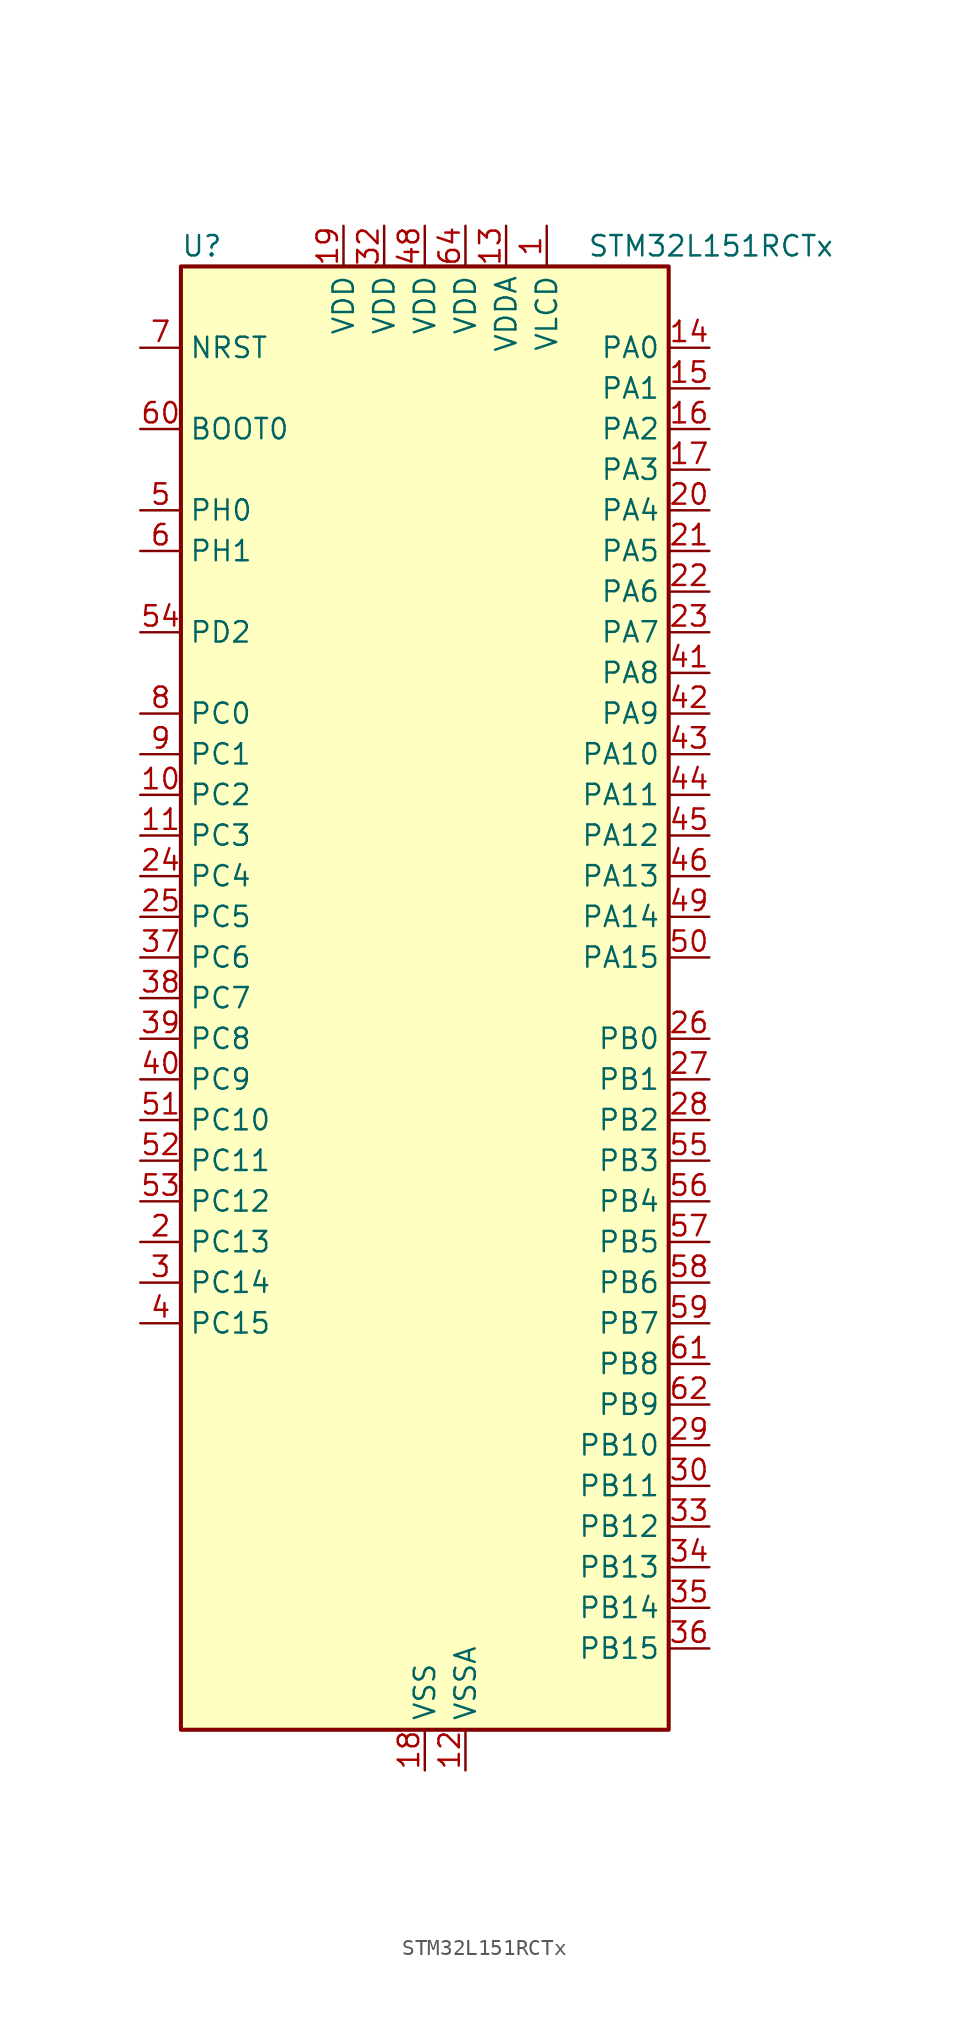
<source format=kicad_sym>
(kicad_symbol_lib
  (version 20241209)
  (generator "kicad_symbol_editor")
  (generator_version "9.0")
  (symbol "STM32L151RCTx"
    (property "Reference" "U"
      (at -15.24 46.99 0)
      (effects (font (size 1.27 1.27)) (justify left)))
    (property "Value" "STM32L151RCTx"
      (at 10.16 46.99 0)
      (effects (font (size 1.27 1.27)) (justify left)))
    (symbol "STM32L151RCTx_0_1"
      (rectangle (start -15.24 -45.72) (end 15.24 45.72) (stroke (width 0.254) (type default)) (fill (type background))))
    (symbol "STM32L151RCTx_1_1"
      (pin input line (at -17.78 40.64 0) (length 2.54) (name "NRST" (effects (font (size 1.27 1.27)))) (number "7" (effects (font (size 1.27 1.27)))))
      (pin input line (at -17.78 35.56 0) (length 2.54) (name "BOOT0" (effects (font (size 1.27 1.27)))) (number "60" (effects (font (size 1.27 1.27)))))
      (pin bidirectional line (at -17.78 30.48 0) (length 2.54) (name "PH0" (effects (font (size 1.27 1.27)))) (number "5" (effects (font (size 1.27 1.27)))) (alternate "RCC_OSC_IN" bidirectional line))
      (pin bidirectional line (at -17.78 27.94 0) (length 2.54) (name "PH1" (effects (font (size 1.27 1.27)))) (number "6" (effects (font (size 1.27 1.27)))) (alternate "RCC_OSC_OUT" bidirectional line))
      (pin bidirectional line (at -17.78 22.86 0) (length 2.54) (name "PD2" (effects (font (size 1.27 1.27)))) (number "54" (effects (font (size 1.27 1.27)))) (alternate "TIM3_ETR" bidirectional line) (alternate "TIMX_IC3" bidirectional line))
      (pin bidirectional line (at -17.78 17.78 0) (length 2.54) (name "PC0" (effects (font (size 1.27 1.27)))) (number "8" (effects (font (size 1.27 1.27)))) (alternate "ADC_IN10" bidirectional line) (alternate "COMP1_INP" bidirectional line) (alternate "TIMX_IC1" bidirectional line) (alternate "TS_G8_IO1" bidirectional line))
      (pin bidirectional line (at -17.78 15.24 0) (length 2.54) (name "PC1" (effects (font (size 1.27 1.27)))) (number "9" (effects (font (size 1.27 1.27)))) (alternate "ADC_IN11" bidirectional line) (alternate "COMP1_INP" bidirectional line) (alternate "TIMX_IC2" bidirectional line) (alternate "TS_G8_IO2" bidirectional line))
      (pin bidirectional line (at -17.78 12.7 0) (length 2.54) (name "PC2" (effects (font (size 1.27 1.27)))) (number "10" (effects (font (size 1.27 1.27)))) (alternate "ADC_IN12" bidirectional line) (alternate "COMP1_INP" bidirectional line) (alternate "TIMX_IC3" bidirectional line) (alternate "TS_G8_IO3" bidirectional line))
      (pin bidirectional line (at -17.78 10.16 0) (length 2.54) (name "PC3" (effects (font (size 1.27 1.27)))) (number "11" (effects (font (size 1.27 1.27)))) (alternate "ADC_IN13" bidirectional line) (alternate "COMP1_INP" bidirectional line) (alternate "TIMX_IC4" bidirectional line) (alternate "TS_G8_IO4" bidirectional line))
      (pin bidirectional line (at -17.78 7.62 0) (length 2.54) (name "PC4" (effects (font (size 1.27 1.27)))) (number "24" (effects (font (size 1.27 1.27)))) (alternate "ADC_IN14" bidirectional line) (alternate "COMP1_INP" bidirectional line) (alternate "TIMX_IC1" bidirectional line) (alternate "TS_G9_IO1" bidirectional line))
      (pin bidirectional line (at -17.78 5.08 0) (length 2.54) (name "PC5" (effects (font (size 1.27 1.27)))) (number "25" (effects (font (size 1.27 1.27)))) (alternate "ADC_IN15" bidirectional line) (alternate "COMP1_INP" bidirectional line) (alternate "TIMX_IC2" bidirectional line) (alternate "TS_G9_IO2" bidirectional line))
      (pin bidirectional line (at -17.78 2.54 0) (length 2.54) (name "PC6" (effects (font (size 1.27 1.27)))) (number "37" (effects (font (size 1.27 1.27)))) (alternate "I2S2_MCK" bidirectional line) (alternate "TIM3_CH1" bidirectional line) (alternate "TIMX_IC3" bidirectional line) (alternate "TS_G10_IO1" bidirectional line))
      (pin bidirectional line (at -17.78 0 0) (length 2.54) (name "PC7" (effects (font (size 1.27 1.27)))) (number "38" (effects (font (size 1.27 1.27)))) (alternate "I2S3_MCK" bidirectional line) (alternate "TIM3_CH2" bidirectional line) (alternate "TIMX_IC4" bidirectional line) (alternate "TS_G10_IO2" bidirectional line))
      (pin bidirectional line (at -17.78 -2.54 0) (length 2.54) (name "PC8" (effects (font (size 1.27 1.27)))) (number "39" (effects (font (size 1.27 1.27)))) (alternate "TIM3_CH3" bidirectional line) (alternate "TIMX_IC1" bidirectional line) (alternate "TS_G10_IO3" bidirectional line))
      (pin bidirectional line (at -17.78 -5.08 0) (length 2.54) (name "PC9" (effects (font (size 1.27 1.27)))) (number "40" (effects (font (size 1.27 1.27)))) (alternate "DAC_EXTI9" bidirectional line) (alternate "TIM3_CH4" bidirectional line) (alternate "TIMX_IC2" bidirectional line) (alternate "TS_G10_IO4" bidirectional line))
      (pin bidirectional line (at -17.78 -7.62 0) (length 2.54) (name "PC10" (effects (font (size 1.27 1.27)))) (number "51" (effects (font (size 1.27 1.27)))) (alternate "I2S3_CK" bidirectional line) (alternate "SPI3_SCK" bidirectional line) (alternate "TIMX_IC3" bidirectional line) (alternate "USART3_TX" bidirectional line))
      (pin bidirectional line (at -17.78 -10.16 0) (length 2.54) (name "PC11" (effects (font (size 1.27 1.27)))) (number "52" (effects (font (size 1.27 1.27)))) (alternate "ADC_EXTI11" bidirectional line) (alternate "SPI3_MISO" bidirectional line) (alternate "TIMX_IC4" bidirectional line) (alternate "USART3_RX" bidirectional line))
      (pin bidirectional line (at -17.78 -12.7 0) (length 2.54) (name "PC12" (effects (font (size 1.27 1.27)))) (number "53" (effects (font (size 1.27 1.27)))) (alternate "I2S3_SD" bidirectional line) (alternate "SPI3_MOSI" bidirectional line) (alternate "TIMX_IC1" bidirectional line) (alternate "USART3_CK" bidirectional line))
      (pin bidirectional line (at -17.78 -15.24 0) (length 2.54) (name "PC13" (effects (font (size 1.27 1.27)))) (number "2" (effects (font (size 1.27 1.27)))) (alternate "RTC_OUT_ALARM" bidirectional line) (alternate "RTC_OUT_CALIB" bidirectional line) (alternate "RTC_TAMP1" bidirectional line) (alternate "RTC_TS" bidirectional line) (alternate "SYS_WKUP2" bidirectional line) (alternate "TIMX_IC2" bidirectional line))
      (pin bidirectional line (at -17.78 -17.78 0) (length 2.54) (name "PC14" (effects (font (size 1.27 1.27)))) (number "3" (effects (font (size 1.27 1.27)))) (alternate "RCC_OSC32_IN" bidirectional line) (alternate "TIMX_IC3" bidirectional line))
      (pin bidirectional line (at -17.78 -20.32 0) (length 2.54) (name "PC15" (effects (font (size 1.27 1.27)))) (number "4" (effects (font (size 1.27 1.27)))) (alternate "ADC_EXTI15" bidirectional line) (alternate "RCC_OSC32_OUT" bidirectional line) (alternate "TIMX_IC4" bidirectional line))
      (pin power_in line (at -5.08 48.26 270) (length 2.54) (name "VDD" (effects (font (size 1.27 1.27)))) (number "19" (effects (font (size 1.27 1.27)))))
      (pin power_in line (at -2.54 48.26 270) (length 2.54) (name "VDD" (effects (font (size 1.27 1.27)))) (number "32" (effects (font (size 1.27 1.27)))))
      (pin power_in line (at 0 48.26 270) (length 2.54) (name "VDD" (effects (font (size 1.27 1.27)))) (number "48" (effects (font (size 1.27 1.27)))))
      (pin power_in line (at 0 -48.26 90) (length 2.54) (name "VSS" (effects (font (size 1.27 1.27)))) (number "18" (effects (font (size 1.27 1.27)))))
      (pin passive line (at 0 -48.26 90) (length 2.54) (hide yes) (name "VSS" (effects (font (size 1.27 1.27)))) (number "31" (effects (font (size 1.27 1.27)))))
      (pin passive line (at 0 -48.26 90) (length 2.54) (hide yes) (name "VSS" (effects (font (size 1.27 1.27)))) (number "47" (effects (font (size 1.27 1.27)))))
      (pin passive line (at 0 -48.26 90) (length 2.54) (hide yes) (name "VSS" (effects (font (size 1.27 1.27)))) (number "63" (effects (font (size 1.27 1.27)))))
      (pin power_in line (at 2.54 48.26 270) (length 2.54) (name "VDD" (effects (font (size 1.27 1.27)))) (number "64" (effects (font (size 1.27 1.27)))))
      (pin power_in line (at 2.54 -48.26 90) (length 2.54) (name "VSSA" (effects (font (size 1.27 1.27)))) (number "12" (effects (font (size 1.27 1.27)))))
      (pin power_in line (at 5.08 48.26 270) (length 2.54) (name "VDDA" (effects (font (size 1.27 1.27)))) (number "13" (effects (font (size 1.27 1.27)))))
      (pin power_in line (at 7.62 48.26 270) (length 2.54) (name "VLCD" (effects (font (size 1.27 1.27)))) (number "1" (effects (font (size 1.27 1.27)))))
      (pin bidirectional line (at 17.78 40.64 180) (length 2.54) (name "PA0" (effects (font (size 1.27 1.27)))) (number "14" (effects (font (size 1.27 1.27)))) (alternate "ADC_IN0" bidirectional line) (alternate "COMP1_INP" bidirectional line) (alternate "RTC_TAMP2" bidirectional line) (alternate "SYS_WKUP1" bidirectional line) (alternate "TIM2_CH1" bidirectional line) (alternate "TIM2_ETR" bidirectional line) (alternate "TIM5_CH1" bidirectional line) (alternate "TIMX_IC1" bidirectional line) (alternate "TS_G1_IO1" bidirectional line) (alternate "USART2_CTS" bidirectional line))
      (pin bidirectional line (at 17.78 38.1 180) (length 2.54) (name "PA1" (effects (font (size 1.27 1.27)))) (number "15" (effects (font (size 1.27 1.27)))) (alternate "ADC_IN1" bidirectional line) (alternate "COMP1_INP" bidirectional line) (alternate "OPAMP1_VINP" bidirectional line) (alternate "TIM2_CH2" bidirectional line) (alternate "TIM5_CH2" bidirectional line) (alternate "TIMX_IC2" bidirectional line) (alternate "TS_G1_IO2" bidirectional line) (alternate "USART2_RTS" bidirectional line))
      (pin bidirectional line (at 17.78 35.56 180) (length 2.54) (name "PA2" (effects (font (size 1.27 1.27)))) (number "16" (effects (font (size 1.27 1.27)))) (alternate "ADC_IN2" bidirectional line) (alternate "COMP1_INP" bidirectional line) (alternate "OPAMP1_VINM" bidirectional line) (alternate "TIM2_CH3" bidirectional line) (alternate "TIM5_CH3" bidirectional line) (alternate "TIM9_CH1" bidirectional line) (alternate "TIMX_IC3" bidirectional line) (alternate "TS_G1_IO3" bidirectional line) (alternate "USART2_TX" bidirectional line))
      (pin bidirectional line (at 17.78 33.02 180) (length 2.54) (name "PA3" (effects (font (size 1.27 1.27)))) (number "17" (effects (font (size 1.27 1.27)))) (alternate "ADC_IN3" bidirectional line) (alternate "COMP1_INP" bidirectional line) (alternate "OPAMP1_VOUT" bidirectional line) (alternate "TIM2_CH4" bidirectional line) (alternate "TIM5_CH4" bidirectional line) (alternate "TIM9_CH2" bidirectional line) (alternate "TIMX_IC4" bidirectional line) (alternate "TS_G1_IO4" bidirectional line) (alternate "USART2_RX" bidirectional line))
      (pin bidirectional line (at 17.78 30.48 180) (length 2.54) (name "PA4" (effects (font (size 1.27 1.27)))) (number "20" (effects (font (size 1.27 1.27)))) (alternate "ADC_IN4" bidirectional line) (alternate "COMP1_INP" bidirectional line) (alternate "DAC_OUT1" bidirectional line) (alternate "I2S3_WS" bidirectional line) (alternate "SPI1_NSS" bidirectional line) (alternate "SPI3_NSS" bidirectional line) (alternate "TIMX_IC1" bidirectional line) (alternate "USART2_CK" bidirectional line))
      (pin bidirectional line (at 17.78 27.94 180) (length 2.54) (name "PA5" (effects (font (size 1.27 1.27)))) (number "21" (effects (font (size 1.27 1.27)))) (alternate "ADC_IN5" bidirectional line) (alternate "COMP1_INP" bidirectional line) (alternate "DAC_OUT2" bidirectional line) (alternate "SPI1_SCK" bidirectional line) (alternate "TIM2_CH1" bidirectional line) (alternate "TIM2_ETR" bidirectional line) (alternate "TIMX_IC2" bidirectional line))
      (pin bidirectional line (at 17.78 25.4 180) (length 2.54) (name "PA6" (effects (font (size 1.27 1.27)))) (number "22" (effects (font (size 1.27 1.27)))) (alternate "ADC_IN6" bidirectional line) (alternate "COMP1_INP" bidirectional line) (alternate "OPAMP2_VINP" bidirectional line) (alternate "SPI1_MISO" bidirectional line) (alternate "TIM10_CH1" bidirectional line) (alternate "TIM3_CH1" bidirectional line) (alternate "TIMX_IC3" bidirectional line) (alternate "TS_G2_IO1" bidirectional line))
      (pin bidirectional line (at 17.78 22.86 180) (length 2.54) (name "PA7" (effects (font (size 1.27 1.27)))) (number "23" (effects (font (size 1.27 1.27)))) (alternate "ADC_IN7" bidirectional line) (alternate "COMP1_INP" bidirectional line) (alternate "OPAMP2_VINM" bidirectional line) (alternate "SPI1_MOSI" bidirectional line) (alternate "TIM11_CH1" bidirectional line) (alternate "TIM3_CH2" bidirectional line) (alternate "TIMX_IC4" bidirectional line) (alternate "TS_G2_IO2" bidirectional line))
      (pin bidirectional line (at 17.78 20.32 180) (length 2.54) (name "PA8" (effects (font (size 1.27 1.27)))) (number "41" (effects (font (size 1.27 1.27)))) (alternate "RCC_MCO" bidirectional line) (alternate "TIMX_IC1" bidirectional line) (alternate "TS_G4_IO1" bidirectional line) (alternate "USART1_CK" bidirectional line))
      (pin bidirectional line (at 17.78 17.78 180) (length 2.54) (name "PA9" (effects (font (size 1.27 1.27)))) (number "42" (effects (font (size 1.27 1.27)))) (alternate "DAC_EXTI9" bidirectional line) (alternate "TIMX_IC2" bidirectional line) (alternate "TS_G4_IO2" bidirectional line) (alternate "USART1_TX" bidirectional line))
      (pin bidirectional line (at 17.78 15.24 180) (length 2.54) (name "PA10" (effects (font (size 1.27 1.27)))) (number "43" (effects (font (size 1.27 1.27)))) (alternate "TIMX_IC3" bidirectional line) (alternate "TS_G4_IO3" bidirectional line) (alternate "USART1_RX" bidirectional line))
      (pin bidirectional line (at 17.78 12.7 180) (length 2.54) (name "PA11" (effects (font (size 1.27 1.27)))) (number "44" (effects (font (size 1.27 1.27)))) (alternate "ADC_EXTI11" bidirectional line) (alternate "SPI1_MISO" bidirectional line) (alternate "TIMX_IC4" bidirectional line) (alternate "USART1_CTS" bidirectional line) (alternate "USB_DM" bidirectional line))
      (pin bidirectional line (at 17.78 10.16 180) (length 2.54) (name "PA12" (effects (font (size 1.27 1.27)))) (number "45" (effects (font (size 1.27 1.27)))) (alternate "SPI1_MOSI" bidirectional line) (alternate "TIMX_IC1" bidirectional line) (alternate "USART1_RTS" bidirectional line) (alternate "USB_DP" bidirectional line))
      (pin bidirectional line (at 17.78 7.62 180) (length 2.54) (name "PA13" (effects (font (size 1.27 1.27)))) (number "46" (effects (font (size 1.27 1.27)))) (alternate "SYS_JTMS-SWDIO" bidirectional line) (alternate "TIMX_IC2" bidirectional line) (alternate "TS_G5_IO1" bidirectional line))
      (pin bidirectional line (at 17.78 5.08 180) (length 2.54) (name "PA14" (effects (font (size 1.27 1.27)))) (number "49" (effects (font (size 1.27 1.27)))) (alternate "SYS_JTCK-SWCLK" bidirectional line) (alternate "TIMX_IC3" bidirectional line) (alternate "TS_G5_IO2" bidirectional line))
      (pin bidirectional line (at 17.78 2.54 180) (length 2.54) (name "PA15" (effects (font (size 1.27 1.27)))) (number "50" (effects (font (size 1.27 1.27)))) (alternate "ADC_EXTI15" bidirectional line) (alternate "I2S3_WS" bidirectional line) (alternate "SPI1_NSS" bidirectional line) (alternate "SPI3_NSS" bidirectional line) (alternate "SYS_JTDI" bidirectional line) (alternate "TIM2_CH1" bidirectional line) (alternate "TIM2_ETR" bidirectional line) (alternate "TIMX_IC4" bidirectional line) (alternate "TS_G5_IO3" bidirectional line))
      (pin bidirectional line (at 17.78 -2.54 180) (length 2.54) (name "PB0" (effects (font (size 1.27 1.27)))) (number "26" (effects (font (size 1.27 1.27)))) (alternate "ADC_IN8" bidirectional line) (alternate "COMP1_INP" bidirectional line) (alternate "OPAMP2_VOUT" bidirectional line) (alternate "SYS_V_REF_OUT" bidirectional line) (alternate "TIM3_CH3" bidirectional line) (alternate "TS_G3_IO1" bidirectional line))
      (pin bidirectional line (at 17.78 -5.08 180) (length 2.54) (name "PB1" (effects (font (size 1.27 1.27)))) (number "27" (effects (font (size 1.27 1.27)))) (alternate "ADC_IN9" bidirectional line) (alternate "COMP1_INP" bidirectional line) (alternate "SYS_V_REF_OUT" bidirectional line) (alternate "TIM3_CH4" bidirectional line) (alternate "TS_G3_IO2" bidirectional line))
      (pin bidirectional line (at 17.78 -7.62 180) (length 2.54) (name "PB2" (effects (font (size 1.27 1.27)))) (number "28" (effects (font (size 1.27 1.27)))) (alternate "TS_G3_IO3" bidirectional line))
      (pin bidirectional line (at 17.78 -10.16 180) (length 2.54) (name "PB3" (effects (font (size 1.27 1.27)))) (number "55" (effects (font (size 1.27 1.27)))) (alternate "COMP2_INM" bidirectional line) (alternate "I2S3_CK" bidirectional line) (alternate "SPI1_SCK" bidirectional line) (alternate "SPI3_SCK" bidirectional line) (alternate "SYS_JTDO-TRACESWO" bidirectional line) (alternate "TIM2_CH2" bidirectional line))
      (pin bidirectional line (at 17.78 -12.7 180) (length 2.54) (name "PB4" (effects (font (size 1.27 1.27)))) (number "56" (effects (font (size 1.27 1.27)))) (alternate "COMP2_INP" bidirectional line) (alternate "SPI1_MISO" bidirectional line) (alternate "SPI3_MISO" bidirectional line) (alternate "SYS_JTRST" bidirectional line) (alternate "TIM3_CH1" bidirectional line) (alternate "TS_G6_IO1" bidirectional line))
      (pin bidirectional line (at 17.78 -15.24 180) (length 2.54) (name "PB5" (effects (font (size 1.27 1.27)))) (number "57" (effects (font (size 1.27 1.27)))) (alternate "COMP2_INP" bidirectional line) (alternate "I2C1_SMBA" bidirectional line) (alternate "I2S3_SD" bidirectional line) (alternate "SPI1_MOSI" bidirectional line) (alternate "SPI3_MOSI" bidirectional line) (alternate "TIM3_CH2" bidirectional line) (alternate "TS_G6_IO2" bidirectional line))
      (pin bidirectional line (at 17.78 -17.78 180) (length 2.54) (name "PB6" (effects (font (size 1.27 1.27)))) (number "58" (effects (font (size 1.27 1.27)))) (alternate "COMP2_INP" bidirectional line) (alternate "I2C1_SCL" bidirectional line) (alternate "TIM4_CH1" bidirectional line) (alternate "TS_G6_IO3" bidirectional line) (alternate "USART1_TX" bidirectional line))
      (pin bidirectional line (at 17.78 -20.32 180) (length 2.54) (name "PB7" (effects (font (size 1.27 1.27)))) (number "59" (effects (font (size 1.27 1.27)))) (alternate "COMP2_INP" bidirectional line) (alternate "I2C1_SDA" bidirectional line) (alternate "SYS_PVD_IN" bidirectional line) (alternate "TIM4_CH2" bidirectional line) (alternate "TS_G6_IO4" bidirectional line) (alternate "USART1_RX" bidirectional line))
      (pin bidirectional line (at 17.78 -22.86 180) (length 2.54) (name "PB8" (effects (font (size 1.27 1.27)))) (number "61" (effects (font (size 1.27 1.27)))) (alternate "I2C1_SCL" bidirectional line) (alternate "TIM10_CH1" bidirectional line) (alternate "TIM4_CH3" bidirectional line))
      (pin bidirectional line (at 17.78 -25.4 180) (length 2.54) (name "PB9" (effects (font (size 1.27 1.27)))) (number "62" (effects (font (size 1.27 1.27)))) (alternate "DAC_EXTI9" bidirectional line) (alternate "I2C1_SDA" bidirectional line) (alternate "TIM11_CH1" bidirectional line) (alternate "TIM4_CH4" bidirectional line))
      (pin bidirectional line (at 17.78 -27.94 180) (length 2.54) (name "PB10" (effects (font (size 1.27 1.27)))) (number "29" (effects (font (size 1.27 1.27)))) (alternate "I2C2_SCL" bidirectional line) (alternate "TIM2_CH3" bidirectional line) (alternate "USART3_TX" bidirectional line))
      (pin bidirectional line (at 17.78 -30.48 180) (length 2.54) (name "PB11" (effects (font (size 1.27 1.27)))) (number "30" (effects (font (size 1.27 1.27)))) (alternate "ADC_EXTI11" bidirectional line) (alternate "I2C2_SDA" bidirectional line) (alternate "TIM2_CH4" bidirectional line) (alternate "USART3_RX" bidirectional line))
      (pin bidirectional line (at 17.78 -33.02 180) (length 2.54) (name "PB12" (effects (font (size 1.27 1.27)))) (number "33" (effects (font (size 1.27 1.27)))) (alternate "ADC_IN18" bidirectional line) (alternate "COMP1_INP" bidirectional line) (alternate "I2C2_SMBA" bidirectional line) (alternate "I2S2_WS" bidirectional line) (alternate "SPI2_NSS" bidirectional line) (alternate "TIM10_CH1" bidirectional line) (alternate "TS_G7_IO1" bidirectional line) (alternate "USART3_CK" bidirectional line))
      (pin bidirectional line (at 17.78 -35.56 180) (length 2.54) (name "PB13" (effects (font (size 1.27 1.27)))) (number "34" (effects (font (size 1.27 1.27)))) (alternate "ADC_IN19" bidirectional line) (alternate "COMP1_INP" bidirectional line) (alternate "I2S2_CK" bidirectional line) (alternate "SPI2_SCK" bidirectional line) (alternate "TIM9_CH1" bidirectional line) (alternate "TS_G7_IO2" bidirectional line) (alternate "USART3_CTS" bidirectional line))
      (pin bidirectional line (at 17.78 -38.1 180) (length 2.54) (name "PB14" (effects (font (size 1.27 1.27)))) (number "35" (effects (font (size 1.27 1.27)))) (alternate "ADC_IN20" bidirectional line) (alternate "COMP1_INP" bidirectional line) (alternate "SPI2_MISO" bidirectional line) (alternate "TIM9_CH2" bidirectional line) (alternate "TS_G7_IO3" bidirectional line) (alternate "USART3_RTS" bidirectional line))
      (pin bidirectional line (at 17.78 -40.64 180) (length 2.54) (name "PB15" (effects (font (size 1.27 1.27)))) (number "36" (effects (font (size 1.27 1.27)))) (alternate "ADC_EXTI15" bidirectional line) (alternate "ADC_IN21" bidirectional line) (alternate "COMP1_INP" bidirectional line) (alternate "I2S2_SD" bidirectional line) (alternate "RTC_REFIN" bidirectional line) (alternate "SPI2_MOSI" bidirectional line) (alternate "TIM11_CH1" bidirectional line) (alternate "TS_G7_IO4" bidirectional line)))))
</source>
